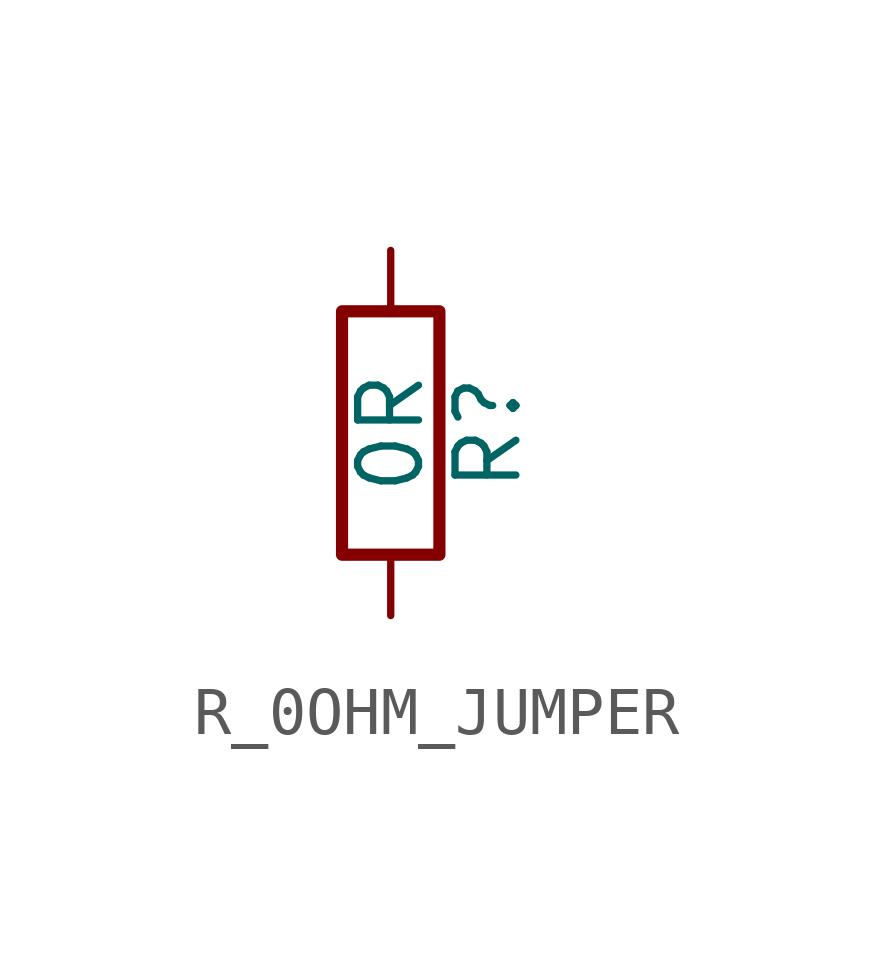
<source format=kicad_sym>
(kicad_symbol_lib
  (version 20241209)
  (generator "kicad_symbol_editor")
  (generator_version "9.0")
  (symbol "R_0OHM_JUMPER"
    (pin_numbers
      (hide yes))
    (pin_names
      (offset 0))
    (property "Reference" "R"
      (at 2.032 0 90)
      (effects (font (size 1.27 1.27))))
    (property "Value" "0R"
      (at 0 0 90)
      (effects (font (size 1.27 1.27))))
    (symbol "R_0OHM_JUMPER_0_1"
      (rectangle (start -1.016 -2.54) (end 1.016 2.54) (stroke (width 0.254) (type default)) (fill (type none))))
    (symbol "R_0OHM_JUMPER_1_1"
      (pin passive line (at 0 3.81 270) (length 1.27) (name "~" (effects (font (size 1.27 1.27)))) (number "1" (effects (font (size 1.27 1.27)))))
      (pin passive line (at 0 -3.81 90) (length 1.27) (name "~" (effects (font (size 1.27 1.27)))) (number "2" (effects (font (size 1.27 1.27))))))))
</source>
